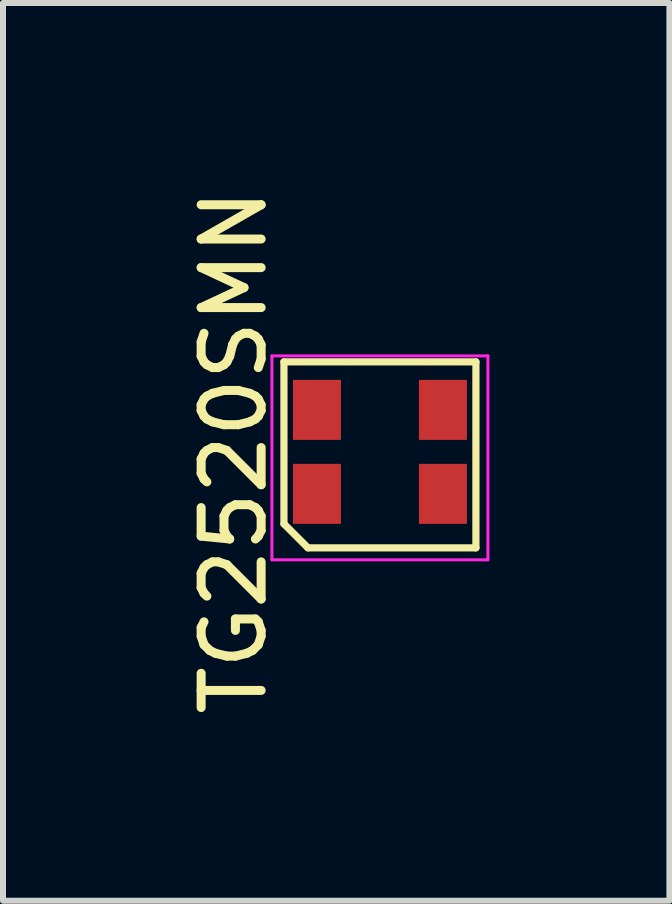
<source format=kicad_pcb>
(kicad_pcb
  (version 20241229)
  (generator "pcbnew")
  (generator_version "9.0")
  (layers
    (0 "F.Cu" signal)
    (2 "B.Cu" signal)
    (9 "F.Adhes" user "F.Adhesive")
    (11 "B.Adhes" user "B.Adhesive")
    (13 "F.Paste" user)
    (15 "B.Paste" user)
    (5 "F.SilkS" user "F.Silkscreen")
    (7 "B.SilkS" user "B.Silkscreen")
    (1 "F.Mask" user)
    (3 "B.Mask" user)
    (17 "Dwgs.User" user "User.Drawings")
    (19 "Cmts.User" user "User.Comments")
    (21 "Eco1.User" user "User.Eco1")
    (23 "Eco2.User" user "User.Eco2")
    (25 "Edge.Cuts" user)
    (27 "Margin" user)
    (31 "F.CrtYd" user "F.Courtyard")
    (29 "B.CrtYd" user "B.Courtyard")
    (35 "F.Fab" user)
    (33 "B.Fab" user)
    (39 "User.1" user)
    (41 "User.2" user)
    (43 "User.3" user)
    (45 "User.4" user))
  (footprint "TG2520SMN"
    (layer "F.Cu")
    (at 3.283 4.482)
    (property "Reference" "TG2520SMN" (at -2.435 0 90) (layer "F.SilkS") (effects (font (size 1 1) (thickness 0.15))))
    (attr smd)
    (fp_line (start -1.6 -1.5) (end 1.6 -1.5) (stroke (width 0.12) (type default)) (layer "F.SilkS"))
    (fp_line (start -1.6 1.2) (end -1.6 -1.5) (stroke (width 0.12) (type default)) (layer "F.SilkS"))
    (fp_line (start -1.2 1.6) (end -1.6 1.2) (stroke (width 0.12) (type default)) (layer "F.SilkS"))
    (fp_line (start 1.6 -1.5) (end 1.6 1.6) (stroke (width 0.12) (type default)) (layer "F.SilkS"))
    (fp_line (start 1.6 1.6) (end -1.2 1.6) (stroke (width 0.12) (type default)) (layer "F.SilkS"))
    (fp_line (start -1.8 -1.6) (end 1.8 -1.6) (stroke (width 0.05) (type default)) (layer "F.CrtYd"))
    (fp_line (start -1.8 1.8) (end -1.8 -1.6) (stroke (width 0.05) (type default)) (layer "F.CrtYd"))
    (fp_line (start 1.8 -1.6) (end 1.8 1.8) (stroke (width 0.05) (type default)) (layer "F.CrtYd"))
    (fp_line (start 1.8 1.8) (end -1.8 1.8) (stroke (width 0.05) (type default)) (layer "F.CrtYd"))
    (pad "1" smd rect (at -1.05 0.7) (size 0.8 1) (layers "F.Cu" "F.Mask" "F.Paste"))
    (pad "2" smd rect (at 1.05 0.7) (size 0.8 1) (layers "F.Cu" "F.Mask" "F.Paste"))
    (pad "3" smd rect (at 1.05 -0.7) (size 0.8 1) (layers "F.Cu" "F.Mask" "F.Paste"))
    (pad "4" smd rect (at -1.05 -0.7) (size 0.8 1) (layers "F.Cu" "F.Mask" "F.Paste")))
  (gr_rect
    (start -3 -3)
    (end 8.108 11.964)
    (stroke (width 0.1) (type default))
    (fill no)
    (layer "Edge.Cuts")))
</source>
